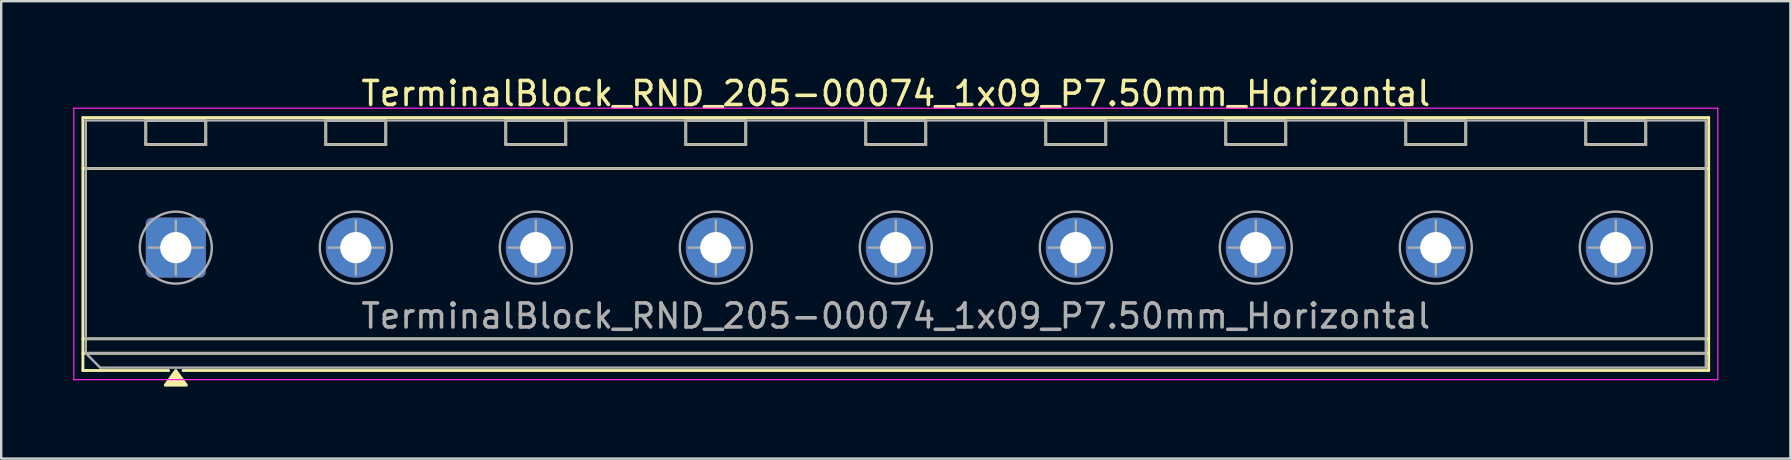
<source format=kicad_pcb>
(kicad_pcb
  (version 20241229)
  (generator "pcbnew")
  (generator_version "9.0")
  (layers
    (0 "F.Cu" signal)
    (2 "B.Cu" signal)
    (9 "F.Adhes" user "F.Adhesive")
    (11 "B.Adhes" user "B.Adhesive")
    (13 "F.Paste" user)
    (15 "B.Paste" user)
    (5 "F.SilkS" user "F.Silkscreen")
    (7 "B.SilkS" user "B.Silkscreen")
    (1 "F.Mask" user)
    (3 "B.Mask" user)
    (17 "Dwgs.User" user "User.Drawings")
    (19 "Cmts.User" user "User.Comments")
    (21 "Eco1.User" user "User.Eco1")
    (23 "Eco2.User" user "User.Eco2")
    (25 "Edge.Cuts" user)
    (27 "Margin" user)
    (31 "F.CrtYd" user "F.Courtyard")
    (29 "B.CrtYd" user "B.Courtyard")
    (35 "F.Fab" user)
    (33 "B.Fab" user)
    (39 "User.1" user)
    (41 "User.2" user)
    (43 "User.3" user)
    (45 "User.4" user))
  (footprint "TerminalBlock_RND_205-00074_1x09_P7.50mm_Horizontal"
    (layer "F.Cu")
    (at 4.275 7.268)
    (property "Reference" "TerminalBlock_RND_205-00074_1x09_P7.50mm_Horizontal" (at 30 -6.42 0) (layer "F.SilkS") (effects (font (size 1 1) (thickness 0.15))))
    (attr through_hole)
    (fp_line (start -3.87 -5.42) (end -3.87 5.12) (stroke (width 0.12) (type solid)) (layer "F.SilkS"))
    (fp_line (start -3.87 -5.42) (end 63.87 -5.42) (stroke (width 0.12) (type solid)) (layer "F.SilkS"))
    (fp_line (start -3.87 -3.3) (end 63.87 -3.3) (stroke (width 0.12) (type solid)) (layer "F.SilkS"))
    (fp_line (start -3.87 3.8) (end 63.87 3.8) (stroke (width 0.12) (type solid)) (layer "F.SilkS"))
    (fp_line (start -3.87 4.4) (end 63.87 4.4) (stroke (width 0.12) (type solid)) (layer "F.SilkS"))
    (fp_line (start -3.87 5.12) (end -0.3 5.12) (stroke (width 0.12) (type solid)) (layer "F.SilkS"))
    (fp_line (start -1.25 -5.3) (end -1.25 -4.3) (stroke (width 0.12) (type solid)) (layer "F.SilkS"))
    (fp_line (start -1.25 -5.3) (end 1.25 -5.3) (stroke (width 0.12) (type solid)) (layer "F.SilkS"))
    (fp_line (start -1.25 -4.3) (end 1.25 -4.3) (stroke (width 0.12) (type solid)) (layer "F.SilkS"))
    (fp_line (start 0.3 5.12) (end 63.87 5.12) (stroke (width 0.12) (type solid)) (layer "F.SilkS"))
    (fp_line (start 1.25 -5.3) (end 1.25 -4.3) (stroke (width 0.12) (type solid)) (layer "F.SilkS"))
    (fp_line (start 6.25 -5.3) (end 6.25 -4.3) (stroke (width 0.12) (type solid)) (layer "F.SilkS"))
    (fp_line (start 6.25 -5.3) (end 8.75 -5.3) (stroke (width 0.12) (type solid)) (layer "F.SilkS"))
    (fp_line (start 6.25 -4.3) (end 8.75 -4.3) (stroke (width 0.12) (type solid)) (layer "F.SilkS"))
    (fp_line (start 8.75 -5.3) (end 8.75 -4.3) (stroke (width 0.12) (type solid)) (layer "F.SilkS"))
    (fp_line (start 13.75 -5.3) (end 13.75 -4.3) (stroke (width 0.12) (type solid)) (layer "F.SilkS"))
    (fp_line (start 13.75 -5.3) (end 16.25 -5.3) (stroke (width 0.12) (type solid)) (layer "F.SilkS"))
    (fp_line (start 13.75 -4.3) (end 16.25 -4.3) (stroke (width 0.12) (type solid)) (layer "F.SilkS"))
    (fp_line (start 16.25 -5.3) (end 16.25 -4.3) (stroke (width 0.12) (type solid)) (layer "F.SilkS"))
    (fp_line (start 21.25 -5.3) (end 21.25 -4.3) (stroke (width 0.12) (type solid)) (layer "F.SilkS"))
    (fp_line (start 21.25 -5.3) (end 23.75 -5.3) (stroke (width 0.12) (type solid)) (layer "F.SilkS"))
    (fp_line (start 21.25 -4.3) (end 23.75 -4.3) (stroke (width 0.12) (type solid)) (layer "F.SilkS"))
    (fp_line (start 23.75 -5.3) (end 23.75 -4.3) (stroke (width 0.12) (type solid)) (layer "F.SilkS"))
    (fp_line (start 28.75 -5.3) (end 28.75 -4.3) (stroke (width 0.12) (type solid)) (layer "F.SilkS"))
    (fp_line (start 28.75 -5.3) (end 31.25 -5.3) (stroke (width 0.12) (type solid)) (layer "F.SilkS"))
    (fp_line (start 28.75 -4.3) (end 31.25 -4.3) (stroke (width 0.12) (type solid)) (layer "F.SilkS"))
    (fp_line (start 31.25 -5.3) (end 31.25 -4.3) (stroke (width 0.12) (type solid)) (layer "F.SilkS"))
    (fp_line (start 36.25 -5.3) (end 36.25 -4.3) (stroke (width 0.12) (type solid)) (layer "F.SilkS"))
    (fp_line (start 36.25 -5.3) (end 38.75 -5.3) (stroke (width 0.12) (type solid)) (layer "F.SilkS"))
    (fp_line (start 36.25 -4.3) (end 38.75 -4.3) (stroke (width 0.12) (type solid)) (layer "F.SilkS"))
    (fp_line (start 38.75 -5.3) (end 38.75 -4.3) (stroke (width 0.12) (type solid)) (layer "F.SilkS"))
    (fp_line (start 43.75 -5.3) (end 43.75 -4.3) (stroke (width 0.12) (type solid)) (layer "F.SilkS"))
    (fp_line (start 43.75 -5.3) (end 46.25 -5.3) (stroke (width 0.12) (type solid)) (layer "F.SilkS"))
    (fp_line (start 43.75 -4.3) (end 46.25 -4.3) (stroke (width 0.12) (type solid)) (layer "F.SilkS"))
    (fp_line (start 46.25 -5.3) (end 46.25 -4.3) (stroke (width 0.12) (type solid)) (layer "F.SilkS"))
    (fp_line (start 51.25 -5.3) (end 51.25 -4.3) (stroke (width 0.12) (type solid)) (layer "F.SilkS"))
    (fp_line (start 51.25 -5.3) (end 53.75 -5.3) (stroke (width 0.12) (type solid)) (layer "F.SilkS"))
    (fp_line (start 51.25 -4.3) (end 53.75 -4.3) (stroke (width 0.12) (type solid)) (layer "F.SilkS"))
    (fp_line (start 53.75 -5.3) (end 53.75 -4.3) (stroke (width 0.12) (type solid)) (layer "F.SilkS"))
    (fp_line (start 58.75 -5.3) (end 58.75 -4.3) (stroke (width 0.12) (type solid)) (layer "F.SilkS"))
    (fp_line (start 58.75 -5.3) (end 61.25 -5.3) (stroke (width 0.12) (type solid)) (layer "F.SilkS"))
    (fp_line (start 58.75 -4.3) (end 61.25 -4.3) (stroke (width 0.12) (type solid)) (layer "F.SilkS"))
    (fp_line (start 61.25 -5.3) (end 61.25 -4.3) (stroke (width 0.12) (type solid)) (layer "F.SilkS"))
    (fp_line (start 63.87 -5.42) (end 63.87 5.12) (stroke (width 0.12) (type solid)) (layer "F.SilkS"))
    (fp_poly (pts (xy 0 5.12) (xy 0.44 5.73) (xy -0.44 5.73)) (stroke (width 0.12) (type solid)) (fill yes) (layer "F.SilkS"))
    (fp_line (start -4.25 -5.81) (end -4.25 5.5) (stroke (width 0.05) (type solid)) (layer "F.CrtYd"))
    (fp_line (start -4.25 5.5) (end 64.25 5.5) (stroke (width 0.05) (type solid)) (layer "F.CrtYd"))
    (fp_line (start 64.25 -5.81) (end -4.25 -5.81) (stroke (width 0.05) (type solid)) (layer "F.CrtYd"))
    (fp_line (start 64.25 5.5) (end 64.25 -5.81) (stroke (width 0.05) (type solid)) (layer "F.CrtYd"))
    (fp_line (start -3.75 -5.3) (end 63.75 -5.3) (stroke (width 0.1) (type solid)) (layer "F.Fab"))
    (fp_line (start -3.75 -3.3) (end 63.75 -3.3) (stroke (width 0.1) (type solid)) (layer "F.Fab"))
    (fp_line (start -3.75 3.8) (end 63.75 3.8) (stroke (width 0.1) (type solid)) (layer "F.Fab"))
    (fp_line (start -3.75 4.4) (end -3.75 -5.3) (stroke (width 0.1) (type solid)) (layer "F.Fab"))
    (fp_line (start -3.75 4.4) (end 63.75 4.4) (stroke (width 0.1) (type solid)) (layer "F.Fab"))
    (fp_line (start -3.15 5) (end -3.75 4.4) (stroke (width 0.1) (type solid)) (layer "F.Fab"))
    (fp_line (start -1.25 -5.3) (end -1.25 -4.3) (stroke (width 0.1) (type solid)) (layer "F.Fab"))
    (fp_line (start -1.25 -4.3) (end 1.25 -4.3) (stroke (width 0.1) (type solid)) (layer "F.Fab"))
    (fp_line (start -1.125 0) (end 1.125 0) (stroke (width 0.1) (type solid)) (layer "F.Fab"))
    (fp_line (start 0 -1.125) (end 0 1.125) (stroke (width 0.1) (type solid)) (layer "F.Fab"))
    (fp_line (start 1.25 -5.3) (end -1.25 -5.3) (stroke (width 0.1) (type solid)) (layer "F.Fab"))
    (fp_line (start 1.25 -4.3) (end 1.25 -5.3) (stroke (width 0.1) (type solid)) (layer "F.Fab"))
    (fp_line (start 6.25 -5.3) (end 6.25 -4.3) (stroke (width 0.1) (type solid)) (layer "F.Fab"))
    (fp_line (start 6.25 -4.3) (end 8.75 -4.3) (stroke (width 0.1) (type solid)) (layer "F.Fab"))
    (fp_line (start 6.375 0) (end 8.625 0) (stroke (width 0.1) (type solid)) (layer "F.Fab"))
    (fp_line (start 7.5 -1.125) (end 7.5 1.125) (stroke (width 0.1) (type solid)) (layer "F.Fab"))
    (fp_line (start 8.75 -5.3) (end 6.25 -5.3) (stroke (width 0.1) (type solid)) (layer "F.Fab"))
    (fp_line (start 8.75 -4.3) (end 8.75 -5.3) (stroke (width 0.1) (type solid)) (layer "F.Fab"))
    (fp_line (start 13.75 -5.3) (end 13.75 -4.3) (stroke (width 0.1) (type solid)) (layer "F.Fab"))
    (fp_line (start 13.75 -4.3) (end 16.25 -4.3) (stroke (width 0.1) (type solid)) (layer "F.Fab"))
    (fp_line (start 13.875 0) (end 16.125 0) (stroke (width 0.1) (type solid)) (layer "F.Fab"))
    (fp_line (start 15 -1.125) (end 15 1.125) (stroke (width 0.1) (type solid)) (layer "F.Fab"))
    (fp_line (start 16.25 -5.3) (end 13.75 -5.3) (stroke (width 0.1) (type solid)) (layer "F.Fab"))
    (fp_line (start 16.25 -4.3) (end 16.25 -5.3) (stroke (width 0.1) (type solid)) (layer "F.Fab"))
    (fp_line (start 21.25 -5.3) (end 21.25 -4.3) (stroke (width 0.1) (type solid)) (layer "F.Fab"))
    (fp_line (start 21.25 -4.3) (end 23.75 -4.3) (stroke (width 0.1) (type solid)) (layer "F.Fab"))
    (fp_line (start 21.375 0) (end 23.625 0) (stroke (width 0.1) (type solid)) (layer "F.Fab"))
    (fp_line (start 22.5 -1.125) (end 22.5 1.125) (stroke (width 0.1) (type solid)) (layer "F.Fab"))
    (fp_line (start 23.75 -5.3) (end 21.25 -5.3) (stroke (width 0.1) (type solid)) (layer "F.Fab"))
    (fp_line (start 23.75 -4.3) (end 23.75 -5.3) (stroke (width 0.1) (type solid)) (layer "F.Fab"))
    (fp_line (start 28.75 -5.3) (end 28.75 -4.3) (stroke (width 0.1) (type solid)) (layer "F.Fab"))
    (fp_line (start 28.75 -4.3) (end 31.25 -4.3) (stroke (width 0.1) (type solid)) (layer "F.Fab"))
    (fp_line (start 28.875 0) (end 31.125 0) (stroke (width 0.1) (type solid)) (layer "F.Fab"))
    (fp_line (start 30 -1.125) (end 30 1.125) (stroke (width 0.1) (type solid)) (layer "F.Fab"))
    (fp_line (start 31.25 -5.3) (end 28.75 -5.3) (stroke (width 0.1) (type solid)) (layer "F.Fab"))
    (fp_line (start 31.25 -4.3) (end 31.25 -5.3) (stroke (width 0.1) (type solid)) (layer "F.Fab"))
    (fp_line (start 36.25 -5.3) (end 36.25 -4.3) (stroke (width 0.1) (type solid)) (layer "F.Fab"))
    (fp_line (start 36.25 -4.3) (end 38.75 -4.3) (stroke (width 0.1) (type solid)) (layer "F.Fab"))
    (fp_line (start 36.375 0) (end 38.625 0) (stroke (width 0.1) (type solid)) (layer "F.Fab"))
    (fp_line (start 37.5 -1.125) (end 37.5 1.125) (stroke (width 0.1) (type solid)) (layer "F.Fab"))
    (fp_line (start 38.75 -5.3) (end 36.25 -5.3) (stroke (width 0.1) (type solid)) (layer "F.Fab"))
    (fp_line (start 38.75 -4.3) (end 38.75 -5.3) (stroke (width 0.1) (type solid)) (layer "F.Fab"))
    (fp_line (start 43.75 -5.3) (end 43.75 -4.3) (stroke (width 0.1) (type solid)) (layer "F.Fab"))
    (fp_line (start 43.75 -4.3) (end 46.25 -4.3) (stroke (width 0.1) (type solid)) (layer "F.Fab"))
    (fp_line (start 43.875 0) (end 46.125 0) (stroke (width 0.1) (type solid)) (layer "F.Fab"))
    (fp_line (start 45 -1.125) (end 45 1.125) (stroke (width 0.1) (type solid)) (layer "F.Fab"))
    (fp_line (start 46.25 -5.3) (end 43.75 -5.3) (stroke (width 0.1) (type solid)) (layer "F.Fab"))
    (fp_line (start 46.25 -4.3) (end 46.25 -5.3) (stroke (width 0.1) (type solid)) (layer "F.Fab"))
    (fp_line (start 51.25 -5.3) (end 51.25 -4.3) (stroke (width 0.1) (type solid)) (layer "F.Fab"))
    (fp_line (start 51.25 -4.3) (end 53.75 -4.3) (stroke (width 0.1) (type solid)) (layer "F.Fab"))
    (fp_line (start 51.375 0) (end 53.625 0) (stroke (width 0.1) (type solid)) (layer "F.Fab"))
    (fp_line (start 52.5 -1.125) (end 52.5 1.125) (stroke (width 0.1) (type solid)) (layer "F.Fab"))
    (fp_line (start 53.75 -5.3) (end 51.25 -5.3) (stroke (width 0.1) (type solid)) (layer "F.Fab"))
    (fp_line (start 53.75 -4.3) (end 53.75 -5.3) (stroke (width 0.1) (type solid)) (layer "F.Fab"))
    (fp_line (start 58.75 -5.3) (end 58.75 -4.3) (stroke (width 0.1) (type solid)) (layer "F.Fab"))
    (fp_line (start 58.75 -4.3) (end 61.25 -4.3) (stroke (width 0.1) (type solid)) (layer "F.Fab"))
    (fp_line (start 58.875 0) (end 61.125 0) (stroke (width 0.1) (type solid)) (layer "F.Fab"))
    (fp_line (start 60 -1.125) (end 60 1.125) (stroke (width 0.1) (type solid)) (layer "F.Fab"))
    (fp_line (start 61.25 -5.3) (end 58.75 -5.3) (stroke (width 0.1) (type solid)) (layer "F.Fab"))
    (fp_line (start 61.25 -4.3) (end 61.25 -5.3) (stroke (width 0.1) (type solid)) (layer "F.Fab"))
    (fp_line (start 63.75 -5.3) (end 63.75 5) (stroke (width 0.1) (type solid)) (layer "F.Fab"))
    (fp_line (start 63.75 5) (end -3.15 5) (stroke (width 0.1) (type solid)) (layer "F.Fab"))
    (fp_circle (center 0 0) (end 1.5 0) (stroke (width 0.1) (type solid)) (fill no) (layer "F.Fab"))
    (fp_circle (center 7.5 0) (end 9 0) (stroke (width 0.1) (type solid)) (fill no) (layer "F.Fab"))
    (fp_circle (center 15 0) (end 16.5 0) (stroke (width 0.1) (type solid)) (fill no) (layer "F.Fab"))
    (fp_circle (center 22.5 0) (end 24 0) (stroke (width 0.1) (type solid)) (fill no) (layer "F.Fab"))
    (fp_circle (center 30 0) (end 31.5 0) (stroke (width 0.1) (type solid)) (fill no) (layer "F.Fab"))
    (fp_circle (center 37.5 0) (end 39 0) (stroke (width 0.1) (type solid)) (fill no) (layer "F.Fab"))
    (fp_circle (center 45 0) (end 46.5 0) (stroke (width 0.1) (type solid)) (fill no) (layer "F.Fab"))
    (fp_circle (center 52.5 0) (end 54 0) (stroke (width 0.1) (type solid)) (fill no) (layer "F.Fab"))
    (fp_circle (center 60 0) (end 61.5 0) (stroke (width 0.1) (type solid)) (fill no) (layer "F.Fab"))
    (fp_text user "${REFERENCE}" (at 30 2.85 0) (layer "F.Fab") (effects (font (size 1 1) (thickness 0.15))))
    (pad "1" thru_hole roundrect (at 0 0) (size 2.5 2.5) (drill 1.3) (layers "*.Cu" "*.Mask") (roundrect_rratio 0.1))
    (pad "2" thru_hole circle (at 7.5 0) (size 2.5 2.5) (drill 1.3) (layers "*.Cu" "*.Mask"))
    (pad "3" thru_hole circle (at 15 0) (size 2.5 2.5) (drill 1.3) (layers "*.Cu" "*.Mask"))
    (pad "4" thru_hole circle (at 22.5 0) (size 2.5 2.5) (drill 1.3) (layers "*.Cu" "*.Mask"))
    (pad "5" thru_hole circle (at 30 0) (size 2.5 2.5) (drill 1.3) (layers "*.Cu" "*.Mask"))
    (pad "6" thru_hole circle (at 37.5 0) (size 2.5 2.5) (drill 1.3) (layers "*.Cu" "*.Mask"))
    (pad "7" thru_hole circle (at 45 0) (size 2.5 2.5) (drill 1.3) (layers "*.Cu" "*.Mask"))
    (pad "8" thru_hole circle (at 52.5 0) (size 2.5 2.5) (drill 1.3) (layers "*.Cu" "*.Mask"))
    (pad "9" thru_hole circle (at 60 0) (size 2.5 2.5) (drill 1.3) (layers "*.Cu" "*.Mask")))
  (gr_rect
    (start -3 -3)
    (end 71.55 16.058)
    (stroke (width 0.1) (type default))
    (fill no)
    (layer "Edge.Cuts")))
</source>
